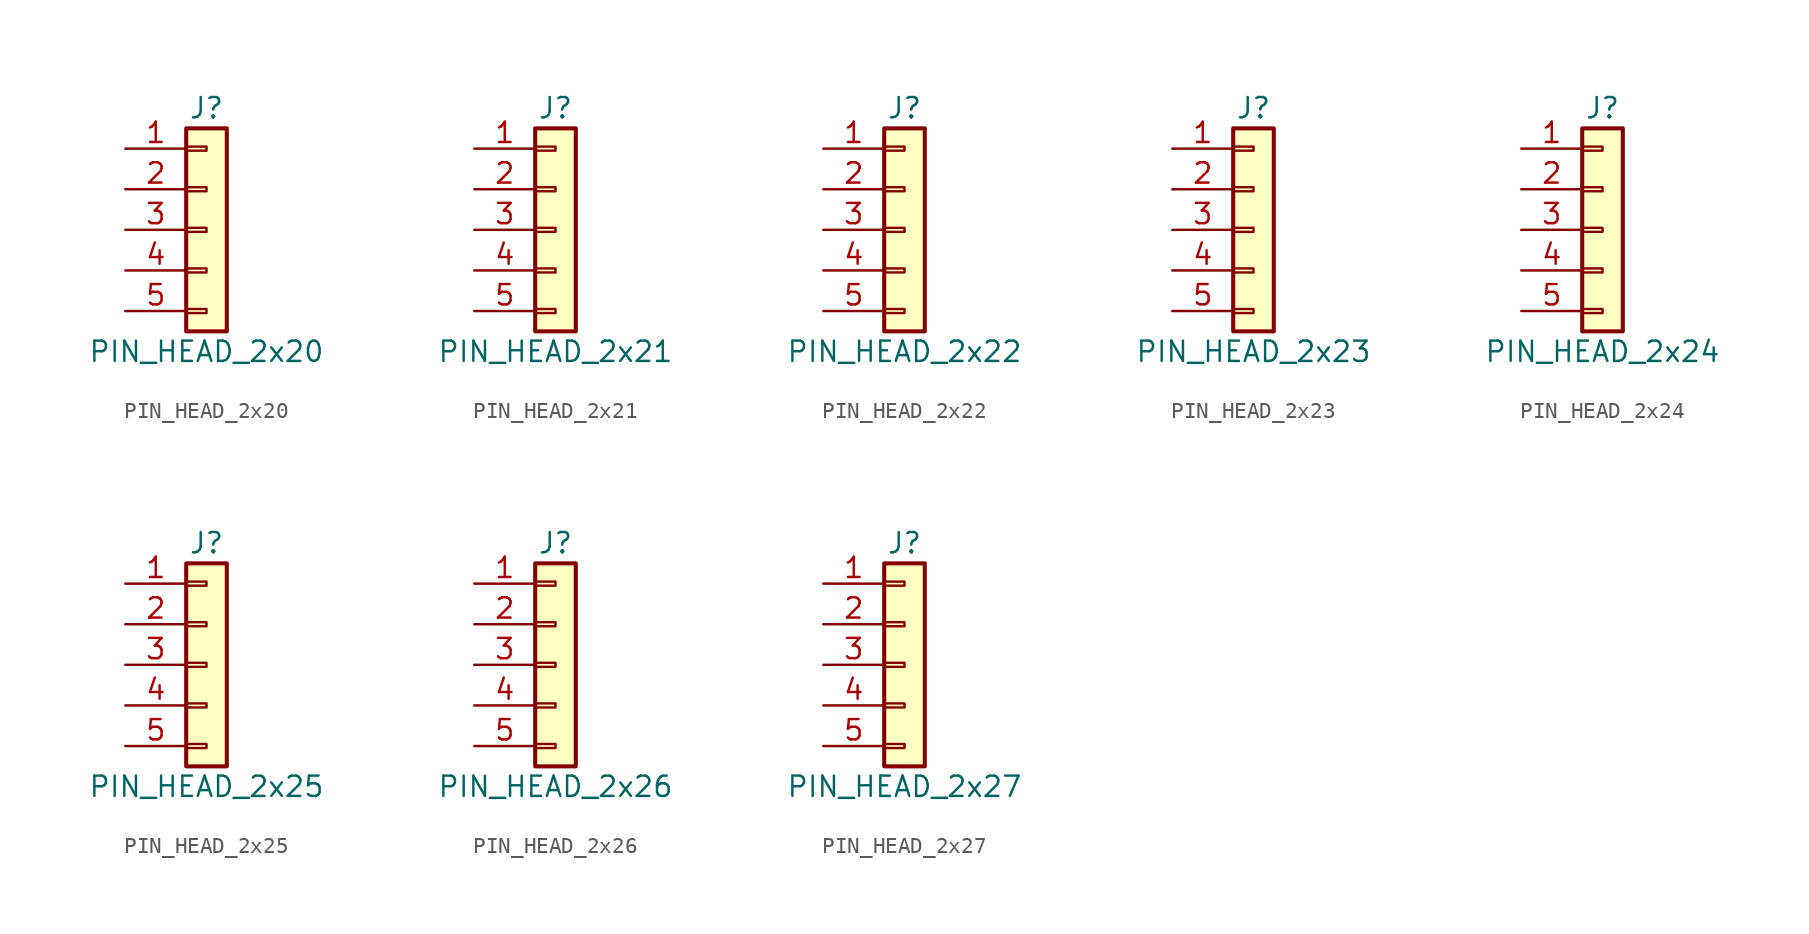
<source format=kicad_sym>
(kicad_symbol_lib
  (version 20211014)
  (generator kicad_symbol_editor)
  (symbol "PIN_HEAD_2x20"
    (pin_names
      (offset 1.016) hide)
    (property "Reference" "J"
      (at 0 7.62 0)
      (effects (font (size 1.27 1.27))))
    (property "Value" "PIN_HEAD_2x20"
      (at 0 -7.62 0)
      (effects (font (size 1.27 1.27))))
    (symbol "PIN_HEAD_2x20_1_1"
      (rectangle (start -1.27 -4.953) (end 0 -5.207) (stroke (width 0.152) (type default) (color 0 0 0 0)) (fill (type none)))
      (rectangle (start -1.27 -2.413) (end 0 -2.667) (stroke (width 0.152) (type default) (color 0 0 0 0)) (fill (type none)))
      (rectangle (start -1.27 0.127) (end 0 -0.127) (stroke (width 0.152) (type default) (color 0 0 0 0)) (fill (type none)))
      (rectangle (start -1.27 2.667) (end 0 2.413) (stroke (width 0.152) (type default) (color 0 0 0 0)) (fill (type none)))
      (rectangle (start -1.27 5.207) (end 0 4.953) (stroke (width 0.152) (type default) (color 0 0 0 0)) (fill (type none)))
      (rectangle (start -1.27 6.35) (end 1.27 -6.35) (stroke (width 0.254) (type default) (color 0 0 0 0)) (fill (type background)))
      (pin passive line (at -5.08 5.08 0) (length 3.81) (name "Pin_1" (effects (font (size 1.27 1.27)))) (number "1" (effects (font (size 1.27 1.27)))))
      (pin passive line (at -5.08 2.54 0) (length 3.81) (name "Pin_2" (effects (font (size 1.27 1.27)))) (number "2" (effects (font (size 1.27 1.27)))))
      (pin passive line (at -5.08 0 0) (length 3.81) (name "Pin_3" (effects (font (size 1.27 1.27)))) (number "3" (effects (font (size 1.27 1.27)))))
      (pin passive line (at -5.08 -2.54 0) (length 3.81) (name "Pin_4" (effects (font (size 1.27 1.27)))) (number "4" (effects (font (size 1.27 1.27)))))
      (pin passive line (at -5.08 -5.08 0) (length 3.81) (name "Pin_5" (effects (font (size 1.27 1.27)))) (number "5" (effects (font (size 1.27 1.27)))))))
  (symbol "PIN_HEAD_2x21"
    (pin_names
      (offset 1.016) hide)
    (property "Reference" "J"
      (at 0 7.62 0)
      (effects (font (size 1.27 1.27))))
    (property "Value" "PIN_HEAD_2x21"
      (at 0 -7.62 0)
      (effects (font (size 1.27 1.27))))
    (symbol "PIN_HEAD_2x21_1_1"
      (rectangle (start -1.27 -4.953) (end 0 -5.207) (stroke (width 0.152) (type default) (color 0 0 0 0)) (fill (type none)))
      (rectangle (start -1.27 -2.413) (end 0 -2.667) (stroke (width 0.152) (type default) (color 0 0 0 0)) (fill (type none)))
      (rectangle (start -1.27 0.127) (end 0 -0.127) (stroke (width 0.152) (type default) (color 0 0 0 0)) (fill (type none)))
      (rectangle (start -1.27 2.667) (end 0 2.413) (stroke (width 0.152) (type default) (color 0 0 0 0)) (fill (type none)))
      (rectangle (start -1.27 5.207) (end 0 4.953) (stroke (width 0.152) (type default) (color 0 0 0 0)) (fill (type none)))
      (rectangle (start -1.27 6.35) (end 1.27 -6.35) (stroke (width 0.254) (type default) (color 0 0 0 0)) (fill (type background)))
      (pin passive line (at -5.08 5.08 0) (length 3.81) (name "Pin_1" (effects (font (size 1.27 1.27)))) (number "1" (effects (font (size 1.27 1.27)))))
      (pin passive line (at -5.08 2.54 0) (length 3.81) (name "Pin_2" (effects (font (size 1.27 1.27)))) (number "2" (effects (font (size 1.27 1.27)))))
      (pin passive line (at -5.08 0 0) (length 3.81) (name "Pin_3" (effects (font (size 1.27 1.27)))) (number "3" (effects (font (size 1.27 1.27)))))
      (pin passive line (at -5.08 -2.54 0) (length 3.81) (name "Pin_4" (effects (font (size 1.27 1.27)))) (number "4" (effects (font (size 1.27 1.27)))))
      (pin passive line (at -5.08 -5.08 0) (length 3.81) (name "Pin_5" (effects (font (size 1.27 1.27)))) (number "5" (effects (font (size 1.27 1.27)))))))
  (symbol "PIN_HEAD_2x22"
    (pin_names
      (offset 1.016) hide)
    (property "Reference" "J"
      (at 0 7.62 0)
      (effects (font (size 1.27 1.27))))
    (property "Value" "PIN_HEAD_2x22"
      (at 0 -7.62 0)
      (effects (font (size 1.27 1.27))))
    (symbol "PIN_HEAD_2x22_1_1"
      (rectangle (start -1.27 -4.953) (end 0 -5.207) (stroke (width 0.152) (type default) (color 0 0 0 0)) (fill (type none)))
      (rectangle (start -1.27 -2.413) (end 0 -2.667) (stroke (width 0.152) (type default) (color 0 0 0 0)) (fill (type none)))
      (rectangle (start -1.27 0.127) (end 0 -0.127) (stroke (width 0.152) (type default) (color 0 0 0 0)) (fill (type none)))
      (rectangle (start -1.27 2.667) (end 0 2.413) (stroke (width 0.152) (type default) (color 0 0 0 0)) (fill (type none)))
      (rectangle (start -1.27 5.207) (end 0 4.953) (stroke (width 0.152) (type default) (color 0 0 0 0)) (fill (type none)))
      (rectangle (start -1.27 6.35) (end 1.27 -6.35) (stroke (width 0.254) (type default) (color 0 0 0 0)) (fill (type background)))
      (pin passive line (at -5.08 5.08 0) (length 3.81) (name "Pin_1" (effects (font (size 1.27 1.27)))) (number "1" (effects (font (size 1.27 1.27)))))
      (pin passive line (at -5.08 2.54 0) (length 3.81) (name "Pin_2" (effects (font (size 1.27 1.27)))) (number "2" (effects (font (size 1.27 1.27)))))
      (pin passive line (at -5.08 0 0) (length 3.81) (name "Pin_3" (effects (font (size 1.27 1.27)))) (number "3" (effects (font (size 1.27 1.27)))))
      (pin passive line (at -5.08 -2.54 0) (length 3.81) (name "Pin_4" (effects (font (size 1.27 1.27)))) (number "4" (effects (font (size 1.27 1.27)))))
      (pin passive line (at -5.08 -5.08 0) (length 3.81) (name "Pin_5" (effects (font (size 1.27 1.27)))) (number "5" (effects (font (size 1.27 1.27)))))))
  (symbol "PIN_HEAD_2x23"
    (pin_names
      (offset 1.016) hide)
    (property "Reference" "J"
      (at 0 7.62 0)
      (effects (font (size 1.27 1.27))))
    (property "Value" "PIN_HEAD_2x23"
      (at 0 -7.62 0)
      (effects (font (size 1.27 1.27))))
    (symbol "PIN_HEAD_2x23_1_1"
      (rectangle (start -1.27 -4.953) (end 0 -5.207) (stroke (width 0.152) (type default) (color 0 0 0 0)) (fill (type none)))
      (rectangle (start -1.27 -2.413) (end 0 -2.667) (stroke (width 0.152) (type default) (color 0 0 0 0)) (fill (type none)))
      (rectangle (start -1.27 0.127) (end 0 -0.127) (stroke (width 0.152) (type default) (color 0 0 0 0)) (fill (type none)))
      (rectangle (start -1.27 2.667) (end 0 2.413) (stroke (width 0.152) (type default) (color 0 0 0 0)) (fill (type none)))
      (rectangle (start -1.27 5.207) (end 0 4.953) (stroke (width 0.152) (type default) (color 0 0 0 0)) (fill (type none)))
      (rectangle (start -1.27 6.35) (end 1.27 -6.35) (stroke (width 0.254) (type default) (color 0 0 0 0)) (fill (type background)))
      (pin passive line (at -5.08 5.08 0) (length 3.81) (name "Pin_1" (effects (font (size 1.27 1.27)))) (number "1" (effects (font (size 1.27 1.27)))))
      (pin passive line (at -5.08 2.54 0) (length 3.81) (name "Pin_2" (effects (font (size 1.27 1.27)))) (number "2" (effects (font (size 1.27 1.27)))))
      (pin passive line (at -5.08 0 0) (length 3.81) (name "Pin_3" (effects (font (size 1.27 1.27)))) (number "3" (effects (font (size 1.27 1.27)))))
      (pin passive line (at -5.08 -2.54 0) (length 3.81) (name "Pin_4" (effects (font (size 1.27 1.27)))) (number "4" (effects (font (size 1.27 1.27)))))
      (pin passive line (at -5.08 -5.08 0) (length 3.81) (name "Pin_5" (effects (font (size 1.27 1.27)))) (number "5" (effects (font (size 1.27 1.27)))))))
  (symbol "PIN_HEAD_2x24"
    (pin_names
      (offset 1.016) hide)
    (property "Reference" "J"
      (at 0 7.62 0)
      (effects (font (size 1.27 1.27))))
    (property "Value" "PIN_HEAD_2x24"
      (at 0 -7.62 0)
      (effects (font (size 1.27 1.27))))
    (symbol "PIN_HEAD_2x24_1_1"
      (rectangle (start -1.27 -4.953) (end 0 -5.207) (stroke (width 0.152) (type default) (color 0 0 0 0)) (fill (type none)))
      (rectangle (start -1.27 -2.413) (end 0 -2.667) (stroke (width 0.152) (type default) (color 0 0 0 0)) (fill (type none)))
      (rectangle (start -1.27 0.127) (end 0 -0.127) (stroke (width 0.152) (type default) (color 0 0 0 0)) (fill (type none)))
      (rectangle (start -1.27 2.667) (end 0 2.413) (stroke (width 0.152) (type default) (color 0 0 0 0)) (fill (type none)))
      (rectangle (start -1.27 5.207) (end 0 4.953) (stroke (width 0.152) (type default) (color 0 0 0 0)) (fill (type none)))
      (rectangle (start -1.27 6.35) (end 1.27 -6.35) (stroke (width 0.254) (type default) (color 0 0 0 0)) (fill (type background)))
      (pin passive line (at -5.08 5.08 0) (length 3.81) (name "Pin_1" (effects (font (size 1.27 1.27)))) (number "1" (effects (font (size 1.27 1.27)))))
      (pin passive line (at -5.08 2.54 0) (length 3.81) (name "Pin_2" (effects (font (size 1.27 1.27)))) (number "2" (effects (font (size 1.27 1.27)))))
      (pin passive line (at -5.08 0 0) (length 3.81) (name "Pin_3" (effects (font (size 1.27 1.27)))) (number "3" (effects (font (size 1.27 1.27)))))
      (pin passive line (at -5.08 -2.54 0) (length 3.81) (name "Pin_4" (effects (font (size 1.27 1.27)))) (number "4" (effects (font (size 1.27 1.27)))))
      (pin passive line (at -5.08 -5.08 0) (length 3.81) (name "Pin_5" (effects (font (size 1.27 1.27)))) (number "5" (effects (font (size 1.27 1.27)))))))
  (symbol "PIN_HEAD_2x25"
    (pin_names
      (offset 1.016) hide)
    (property "Reference" "J"
      (at 0 7.62 0)
      (effects (font (size 1.27 1.27))))
    (property "Value" "PIN_HEAD_2x25"
      (at 0 -7.62 0)
      (effects (font (size 1.27 1.27))))
    (symbol "PIN_HEAD_2x25_1_1"
      (rectangle (start -1.27 -4.953) (end 0 -5.207) (stroke (width 0.152) (type default) (color 0 0 0 0)) (fill (type none)))
      (rectangle (start -1.27 -2.413) (end 0 -2.667) (stroke (width 0.152) (type default) (color 0 0 0 0)) (fill (type none)))
      (rectangle (start -1.27 0.127) (end 0 -0.127) (stroke (width 0.152) (type default) (color 0 0 0 0)) (fill (type none)))
      (rectangle (start -1.27 2.667) (end 0 2.413) (stroke (width 0.152) (type default) (color 0 0 0 0)) (fill (type none)))
      (rectangle (start -1.27 5.207) (end 0 4.953) (stroke (width 0.152) (type default) (color 0 0 0 0)) (fill (type none)))
      (rectangle (start -1.27 6.35) (end 1.27 -6.35) (stroke (width 0.254) (type default) (color 0 0 0 0)) (fill (type background)))
      (pin passive line (at -5.08 5.08 0) (length 3.81) (name "Pin_1" (effects (font (size 1.27 1.27)))) (number "1" (effects (font (size 1.27 1.27)))))
      (pin passive line (at -5.08 2.54 0) (length 3.81) (name "Pin_2" (effects (font (size 1.27 1.27)))) (number "2" (effects (font (size 1.27 1.27)))))
      (pin passive line (at -5.08 0 0) (length 3.81) (name "Pin_3" (effects (font (size 1.27 1.27)))) (number "3" (effects (font (size 1.27 1.27)))))
      (pin passive line (at -5.08 -2.54 0) (length 3.81) (name "Pin_4" (effects (font (size 1.27 1.27)))) (number "4" (effects (font (size 1.27 1.27)))))
      (pin passive line (at -5.08 -5.08 0) (length 3.81) (name "Pin_5" (effects (font (size 1.27 1.27)))) (number "5" (effects (font (size 1.27 1.27)))))))
  (symbol "PIN_HEAD_2x26"
    (pin_names
      (offset 1.016) hide)
    (property "Reference" "J"
      (at 0 7.62 0)
      (effects (font (size 1.27 1.27))))
    (property "Value" "PIN_HEAD_2x26"
      (at 0 -7.62 0)
      (effects (font (size 1.27 1.27))))
    (symbol "PIN_HEAD_2x26_1_1"
      (rectangle (start -1.27 -4.953) (end 0 -5.207) (stroke (width 0.152) (type default) (color 0 0 0 0)) (fill (type none)))
      (rectangle (start -1.27 -2.413) (end 0 -2.667) (stroke (width 0.152) (type default) (color 0 0 0 0)) (fill (type none)))
      (rectangle (start -1.27 0.127) (end 0 -0.127) (stroke (width 0.152) (type default) (color 0 0 0 0)) (fill (type none)))
      (rectangle (start -1.27 2.667) (end 0 2.413) (stroke (width 0.152) (type default) (color 0 0 0 0)) (fill (type none)))
      (rectangle (start -1.27 5.207) (end 0 4.953) (stroke (width 0.152) (type default) (color 0 0 0 0)) (fill (type none)))
      (rectangle (start -1.27 6.35) (end 1.27 -6.35) (stroke (width 0.254) (type default) (color 0 0 0 0)) (fill (type background)))
      (pin passive line (at -5.08 5.08 0) (length 3.81) (name "Pin_1" (effects (font (size 1.27 1.27)))) (number "1" (effects (font (size 1.27 1.27)))))
      (pin passive line (at -5.08 2.54 0) (length 3.81) (name "Pin_2" (effects (font (size 1.27 1.27)))) (number "2" (effects (font (size 1.27 1.27)))))
      (pin passive line (at -5.08 0 0) (length 3.81) (name "Pin_3" (effects (font (size 1.27 1.27)))) (number "3" (effects (font (size 1.27 1.27)))))
      (pin passive line (at -5.08 -2.54 0) (length 3.81) (name "Pin_4" (effects (font (size 1.27 1.27)))) (number "4" (effects (font (size 1.27 1.27)))))
      (pin passive line (at -5.08 -5.08 0) (length 3.81) (name "Pin_5" (effects (font (size 1.27 1.27)))) (number "5" (effects (font (size 1.27 1.27)))))))
  (symbol "PIN_HEAD_2x27"
    (pin_names
      (offset 1.016) hide)
    (property "Reference" "J"
      (at 0 7.62 0)
      (effects (font (size 1.27 1.27))))
    (property "Value" "PIN_HEAD_2x27"
      (at 0 -7.62 0)
      (effects (font (size 1.27 1.27))))
    (symbol "PIN_HEAD_2x27_1_1"
      (rectangle (start -1.27 -4.953) (end 0 -5.207) (stroke (width 0.152) (type default) (color 0 0 0 0)) (fill (type none)))
      (rectangle (start -1.27 -2.413) (end 0 -2.667) (stroke (width 0.152) (type default) (color 0 0 0 0)) (fill (type none)))
      (rectangle (start -1.27 0.127) (end 0 -0.127) (stroke (width 0.152) (type default) (color 0 0 0 0)) (fill (type none)))
      (rectangle (start -1.27 2.667) (end 0 2.413) (stroke (width 0.152) (type default) (color 0 0 0 0)) (fill (type none)))
      (rectangle (start -1.27 5.207) (end 0 4.953) (stroke (width 0.152) (type default) (color 0 0 0 0)) (fill (type none)))
      (rectangle (start -1.27 6.35) (end 1.27 -6.35) (stroke (width 0.254) (type default) (color 0 0 0 0)) (fill (type background)))
      (pin passive line (at -5.08 5.08 0) (length 3.81) (name "Pin_1" (effects (font (size 1.27 1.27)))) (number "1" (effects (font (size 1.27 1.27)))))
      (pin passive line (at -5.08 2.54 0) (length 3.81) (name "Pin_2" (effects (font (size 1.27 1.27)))) (number "2" (effects (font (size 1.27 1.27)))))
      (pin passive line (at -5.08 0 0) (length 3.81) (name "Pin_3" (effects (font (size 1.27 1.27)))) (number "3" (effects (font (size 1.27 1.27)))))
      (pin passive line (at -5.08 -2.54 0) (length 3.81) (name "Pin_4" (effects (font (size 1.27 1.27)))) (number "4" (effects (font (size 1.27 1.27)))))
      (pin passive line (at -5.08 -5.08 0) (length 3.81) (name "Pin_5" (effects (font (size 1.27 1.27)))) (number "5" (effects (font (size 1.27 1.27))))))))
</source>
